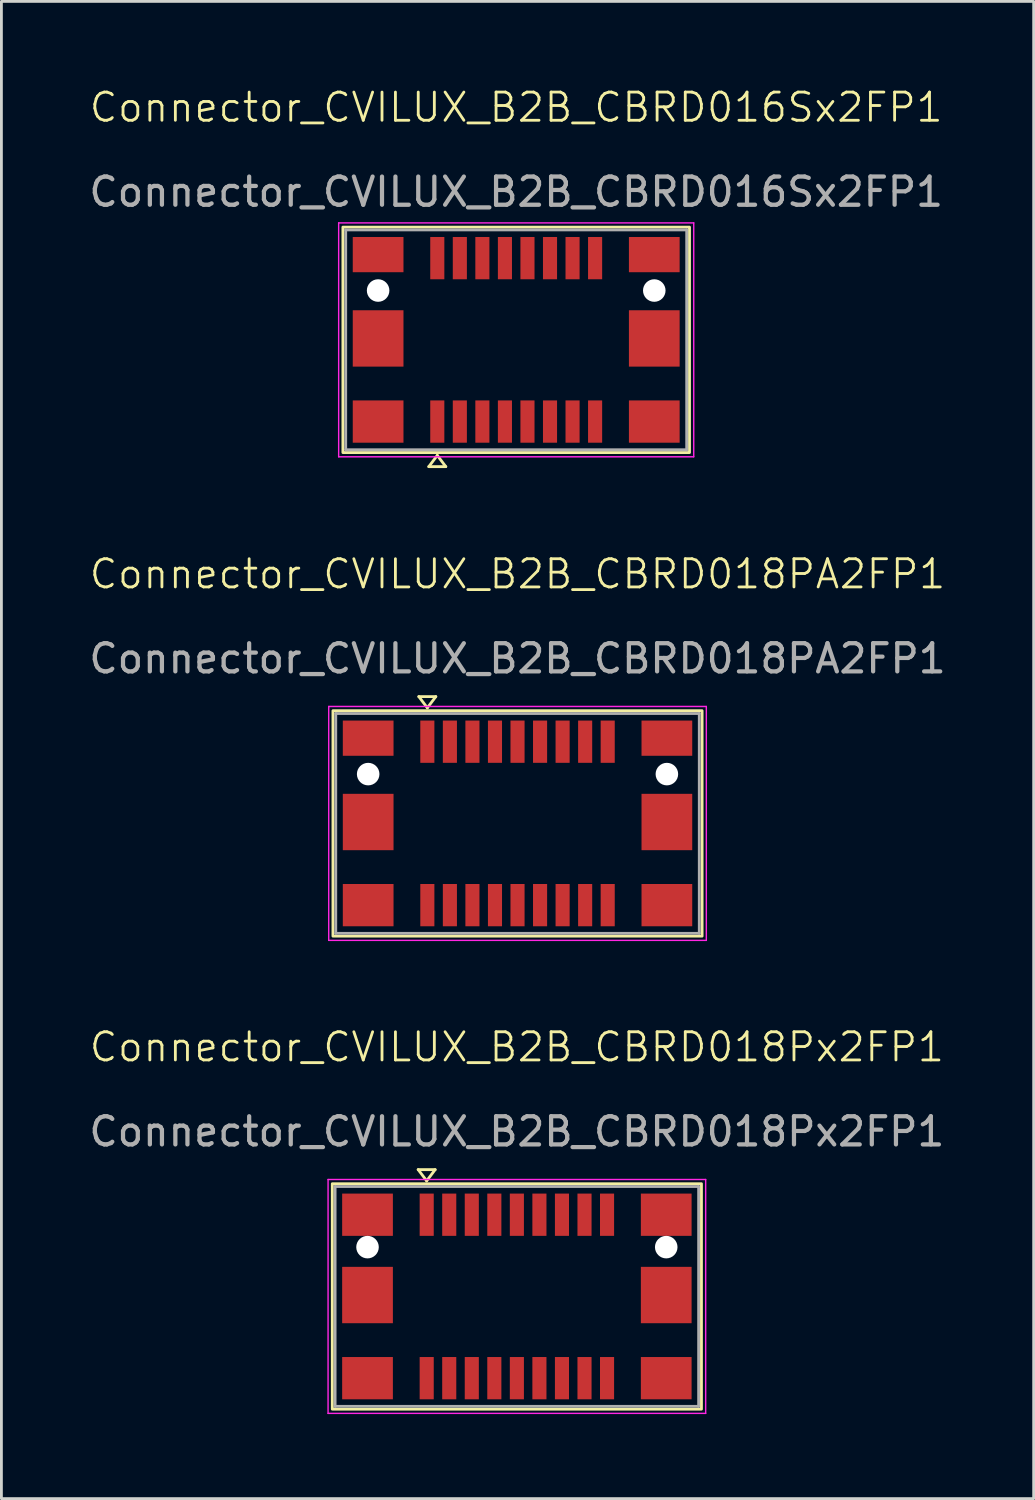
<source format=kicad_pcb>
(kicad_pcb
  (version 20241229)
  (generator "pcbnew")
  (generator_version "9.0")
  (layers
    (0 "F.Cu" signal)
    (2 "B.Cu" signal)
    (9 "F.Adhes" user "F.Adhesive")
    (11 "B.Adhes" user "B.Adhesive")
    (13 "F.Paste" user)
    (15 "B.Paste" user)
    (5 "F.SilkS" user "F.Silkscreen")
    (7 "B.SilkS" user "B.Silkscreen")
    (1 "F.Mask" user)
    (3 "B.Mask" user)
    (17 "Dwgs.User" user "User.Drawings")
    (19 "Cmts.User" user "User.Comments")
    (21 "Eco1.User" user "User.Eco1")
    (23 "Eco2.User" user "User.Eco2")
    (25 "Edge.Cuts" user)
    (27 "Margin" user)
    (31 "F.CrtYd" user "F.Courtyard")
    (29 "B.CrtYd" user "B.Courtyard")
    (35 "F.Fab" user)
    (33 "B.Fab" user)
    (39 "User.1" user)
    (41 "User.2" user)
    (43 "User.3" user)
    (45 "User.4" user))
  (footprint "Connector_CVILUX_B2B_CBRD018PA2FP1"
    (layer "F.Cu")
    (at 15.315 26.12)
    (property "Reference" "Connector_CVILUX_B2B_CBRD018PA2FP1" (at 0 -8.8 0) (unlocked yes) (layer "F.SilkS") (effects (font (size 1 1) (thickness 0.1))))
    (attr smd)
    (fp_line (start -3.502 -4.45) (end -2.9 -4.45) (stroke (width 0.1) (type default)) (layer "F.SilkS"))
    (fp_line (start -3.201 -4.051) (end -3.502 -4.45) (stroke (width 0.1) (type default)) (layer "F.SilkS"))
    (fp_line (start -3.201 -4.051) (end -2.9 -4.45) (stroke (width 0.1) (type default)) (layer "F.SilkS"))
    (fp_rect (start -6.55 -3.95) (end 6.55 4.05) (stroke (width 0.1) (type default)) (fill no) (layer "F.SilkS"))
    (fp_line (start -6.7 -4.1) (end -6.7 4.2) (stroke (width 0.05) (type solid)) (layer "F.CrtYd"))
    (fp_line (start -6.7 -4.1) (end 6.7 -4.1) (stroke (width 0.05) (type solid)) (layer "F.CrtYd"))
    (fp_line (start -6.7 4.2) (end 6.7 4.2) (stroke (width 0.05) (type solid)) (layer "F.CrtYd"))
    (fp_line (start 6.7 -4.1) (end 6.7 4.2) (stroke (width 0.05) (type solid)) (layer "F.CrtYd"))
    (fp_line (start -6.45 3.95) (end -6.45 -3.85) (stroke (width 0.1) (type solid)) (layer "F.Fab"))
    (fp_line (start 6.45 -3.85) (end -6.45 -3.85) (stroke (width 0.1) (type solid)) (layer "F.Fab"))
    (fp_line (start 6.45 3.95) (end -6.45 3.95) (stroke (width 0.1) (type solid)) (layer "F.Fab"))
    (fp_line (start 6.45 3.95) (end 6.45 -3.85) (stroke (width 0.1) (type solid)) (layer "F.Fab"))
    (fp_text user "${REFERENCE}" (at 0 -5.8 0) (unlocked yes) (layer "F.Fab") (effects (font (size 1 1) (thickness 0.15))))
    (pad "" np_thru_hole circle (at -5.3 -1.7) (size 0.8 0.8) (drill 0.8) (layers "*.Cu" "*.Mask"))
    (pad "" np_thru_hole circle (at 5.3 -1.7) (size 0.8 0.8) (drill 0.8) (layers "*.Cu" "*.Mask"))
    (pad "1" smd rect (at -3.2 -2.85) (size 0.5 1.5) (layers "F.Cu" "F.Mask" "F.Paste"))
    (pad "2" smd rect (at -2.4 -2.85) (size 0.5 1.5) (layers "F.Cu" "F.Mask" "F.Paste"))
    (pad "3" smd rect (at -1.6 -2.85) (size 0.5 1.5) (layers "F.Cu" "F.Mask" "F.Paste"))
    (pad "4" smd rect (at -0.8 -2.85) (size 0.5 1.5) (layers "F.Cu" "F.Mask" "F.Paste"))
    (pad "5" smd rect (at 0 -2.85) (size 0.5 1.5) (layers "F.Cu" "F.Mask" "F.Paste"))
    (pad "6" smd rect (at 0.8 -2.85) (size 0.5 1.5) (layers "F.Cu" "F.Mask" "F.Paste"))
    (pad "7" smd rect (at 1.6 -2.85) (size 0.5 1.5) (layers "F.Cu" "F.Mask" "F.Paste"))
    (pad "8" smd rect (at 2.4 -2.85) (size 0.5 1.5) (layers "F.Cu" "F.Mask" "F.Paste"))
    (pad "9" smd rect (at 3.2 -2.85) (size 0.5 1.5) (layers "F.Cu" "F.Mask" "F.Paste"))
    (pad "10" smd rect (at 3.2 2.95) (size 0.5 1.5) (layers "F.Cu" "F.Mask" "F.Paste"))
    (pad "11" smd rect (at 2.4 2.95) (size 0.5 1.5) (layers "F.Cu" "F.Mask" "F.Paste"))
    (pad "12" smd rect (at 1.6 2.95) (size 0.5 1.5) (layers "F.Cu" "F.Mask" "F.Paste"))
    (pad "13" smd rect (at 0.8 2.95) (size 0.5 1.5) (layers "F.Cu" "F.Mask" "F.Paste"))
    (pad "14" smd rect (at 0 2.95) (size 0.5 1.5) (layers "F.Cu" "F.Mask" "F.Paste"))
    (pad "15" smd rect (at -0.8 2.95) (size 0.5 1.5) (layers "F.Cu" "F.Mask" "F.Paste"))
    (pad "16" smd rect (at -1.6 2.95) (size 0.5 1.5) (layers "F.Cu" "F.Mask" "F.Paste"))
    (pad "17" smd rect (at -2.4 2.95) (size 0.5 1.5) (layers "F.Cu" "F.Mask" "F.Paste"))
    (pad "18" smd rect (at -3.2 2.95) (size 0.5 1.5) (layers "F.Cu" "F.Mask" "F.Paste"))
    (pad "MP" smd rect (at -5.3 -2.975) (size 1.8 1.25) (layers "F.Cu" "F.Mask" "F.Paste"))
    (pad "MP" smd rect (at -5.3 0 180) (size 1.8 2) (layers "F.Cu" "F.Mask" "F.Paste"))
    (pad "MP" smd rect (at -5.3 2.95 180) (size 1.8 1.5) (layers "F.Cu" "F.Mask" "F.Paste"))
    (pad "MP" smd rect (at 5.3 -2.975) (size 1.8 1.25) (layers "F.Cu" "F.Mask" "F.Paste"))
    (pad "MP" smd rect (at 5.3 0 180) (size 1.8 2) (layers "F.Cu" "F.Mask" "F.Paste"))
    (pad "MP" smd rect (at 5.3 2.95) (size 1.8 1.5) (layers "F.Cu" "F.Mask" "F.Paste")))
  (footprint "Connector_CVILUX_B2B_CBRD018Px2FP1"
    (layer "F.Cu")
    (at 15.292 42.906)
    (property "Reference" "Connector_CVILUX_B2B_CBRD018Px2FP1" (at 0 -8.8 0) (unlocked yes) (layer "F.SilkS") (effects (font (size 1 1) (thickness 0.1))))
    (attr smd)
    (fp_line (start -3.502 -4.45) (end -2.9 -4.45) (stroke (width 0.1) (type default)) (layer "F.SilkS"))
    (fp_line (start -3.201 -4.051) (end -3.502 -4.45) (stroke (width 0.1) (type default)) (layer "F.SilkS"))
    (fp_line (start -3.201 -4.051) (end -2.9 -4.45) (stroke (width 0.1) (type default)) (layer "F.SilkS"))
    (fp_rect (start -6.55 -3.95) (end 6.55 4.05) (stroke (width 0.1) (type default)) (fill no) (layer "F.SilkS"))
    (fp_line (start -6.7 -4.1) (end -6.7 4.2) (stroke (width 0.05) (type solid)) (layer "F.CrtYd"))
    (fp_line (start -6.7 -4.1) (end 6.7 -4.1) (stroke (width 0.05) (type solid)) (layer "F.CrtYd"))
    (fp_line (start -6.7 4.2) (end 6.7 4.2) (stroke (width 0.05) (type solid)) (layer "F.CrtYd"))
    (fp_line (start 6.7 -4.1) (end 6.7 4.2) (stroke (width 0.05) (type solid)) (layer "F.CrtYd"))
    (fp_line (start -6.45 3.95) (end -6.45 -3.85) (stroke (width 0.1) (type solid)) (layer "F.Fab"))
    (fp_line (start 6.45 -3.85) (end -6.45 -3.85) (stroke (width 0.1) (type solid)) (layer "F.Fab"))
    (fp_line (start 6.45 3.95) (end -6.45 3.95) (stroke (width 0.1) (type solid)) (layer "F.Fab"))
    (fp_line (start 6.45 3.95) (end 6.45 -3.85) (stroke (width 0.1) (type solid)) (layer "F.Fab"))
    (fp_text user "${REFERENCE}" (at 0 -5.8 0) (unlocked yes) (layer "F.Fab") (effects (font (size 1 1) (thickness 0.15))))
    (pad "" np_thru_hole circle (at -5.3 -1.7) (size 0.8 0.8) (drill 0.8) (layers "*.Cu" "*.Mask"))
    (pad "" np_thru_hole circle (at 5.3 -1.7) (size 0.8 0.8) (drill 0.8) (layers "*.Cu" "*.Mask"))
    (pad "1" smd rect (at -3.2 -2.85) (size 0.5 1.5) (layers "F.Cu" "F.Mask" "F.Paste"))
    (pad "2" smd rect (at -2.4 -2.85) (size 0.5 1.5) (layers "F.Cu" "F.Mask" "F.Paste"))
    (pad "3" smd rect (at -1.6 -2.85) (size 0.5 1.5) (layers "F.Cu" "F.Mask" "F.Paste"))
    (pad "4" smd rect (at -0.8 -2.85) (size 0.5 1.5) (layers "F.Cu" "F.Mask" "F.Paste"))
    (pad "5" smd rect (at 0 -2.85) (size 0.5 1.5) (layers "F.Cu" "F.Mask" "F.Paste"))
    (pad "6" smd rect (at 0.8 -2.85) (size 0.5 1.5) (layers "F.Cu" "F.Mask" "F.Paste"))
    (pad "7" smd rect (at 1.6 -2.85) (size 0.5 1.5) (layers "F.Cu" "F.Mask" "F.Paste"))
    (pad "8" smd rect (at 2.4 -2.85) (size 0.5 1.5) (layers "F.Cu" "F.Mask" "F.Paste"))
    (pad "9" smd rect (at 3.2 -2.85) (size 0.5 1.5) (layers "F.Cu" "F.Mask" "F.Paste"))
    (pad "10" smd rect (at 3.2 2.95) (size 0.5 1.5) (layers "F.Cu" "F.Mask" "F.Paste"))
    (pad "11" smd rect (at 2.4 2.95) (size 0.5 1.5) (layers "F.Cu" "F.Mask" "F.Paste"))
    (pad "12" smd rect (at 1.6 2.95) (size 0.5 1.5) (layers "F.Cu" "F.Mask" "F.Paste"))
    (pad "13" smd rect (at 0.8 2.95) (size 0.5 1.5) (layers "F.Cu" "F.Mask" "F.Paste"))
    (pad "14" smd rect (at 0 2.95) (size 0.5 1.5) (layers "F.Cu" "F.Mask" "F.Paste"))
    (pad "15" smd rect (at -0.8 2.95) (size 0.5 1.5) (layers "F.Cu" "F.Mask" "F.Paste"))
    (pad "16" smd rect (at -1.6 2.95) (size 0.5 1.5) (layers "F.Cu" "F.Mask" "F.Paste"))
    (pad "17" smd rect (at -2.4 2.95) (size 0.5 1.5) (layers "F.Cu" "F.Mask" "F.Paste"))
    (pad "18" smd rect (at -3.2 2.95) (size 0.5 1.5) (layers "F.Cu" "F.Mask" "F.Paste"))
    (pad "MP" smd rect (at -5.3 -2.85) (size 1.8 1.5) (layers "F.Cu" "F.Mask" "F.Paste"))
    (pad "MP" smd rect (at -5.3 0 180) (size 1.8 2) (layers "F.Cu" "F.Mask" "F.Paste"))
    (pad "MP" smd rect (at -5.3 2.95 180) (size 1.8 1.5) (layers "F.Cu" "F.Mask" "F.Paste"))
    (pad "MP" smd rect (at 5.3 -2.85) (size 1.8 1.5) (layers "F.Cu" "F.Mask" "F.Paste"))
    (pad "MP" smd rect (at 5.3 0 180) (size 1.8 2) (layers "F.Cu" "F.Mask" "F.Paste"))
    (pad "MP" smd rect (at 5.3 2.95) (size 1.8 1.5) (layers "F.Cu" "F.Mask" "F.Paste")))
  (footprint "Connector_CVILUX_B2B_CBRD016Sx2FP1"
    (layer "F.Cu")
    (at 15.268 8.96)
    (property "Reference" "Connector_CVILUX_B2B_CBRD016Sx2FP1" (at 0 -8.2 0) (unlocked yes) (layer "F.SilkS") (effects (font (size 1 1) (thickness 0.1))))
    (attr smd)
    (fp_line (start -2.8 4.15) (end -3.101 4.549) (stroke (width 0.1) (type default)) (layer "F.SilkS"))
    (fp_line (start -2.8 4.15) (end -2.499 4.549) (stroke (width 0.1) (type default)) (layer "F.SilkS"))
    (fp_line (start -2.499 4.549) (end -3.101 4.549) (stroke (width 0.1) (type default)) (layer "F.SilkS"))
    (fp_rect (start -6.15 -3.95) (end 6.15 4.05) (stroke (width 0.1) (type default)) (fill no) (layer "F.SilkS"))
    (fp_line (start -6.3 -4.1) (end -6.3 4.2) (stroke (width 0.05) (type solid)) (layer "F.CrtYd"))
    (fp_line (start -6.3 -4.1) (end 6.3 -4.1) (stroke (width 0.05) (type solid)) (layer "F.CrtYd"))
    (fp_line (start -6.3 4.2) (end 6.3 4.2) (stroke (width 0.05) (type solid)) (layer "F.CrtYd"))
    (fp_line (start 6.3 -4.1) (end 6.3 4.2) (stroke (width 0.05) (type solid)) (layer "F.CrtYd"))
    (fp_line (start -6.05 3.95) (end -6.05 -3.85) (stroke (width 0.1) (type solid)) (layer "F.Fab"))
    (fp_line (start 6.05 -3.85) (end -6.05 -3.85) (stroke (width 0.1) (type solid)) (layer "F.Fab"))
    (fp_line (start 6.05 3.95) (end -6.05 3.95) (stroke (width 0.1) (type solid)) (layer "F.Fab"))
    (fp_line (start 6.05 3.95) (end 6.05 -3.85) (stroke (width 0.1) (type solid)) (layer "F.Fab"))
    (fp_text user "${REFERENCE}" (at 0 -5.2 0) (unlocked yes) (layer "F.Fab") (effects (font (size 1 1) (thickness 0.15))))
    (pad "" np_thru_hole circle (at -4.9 -1.7) (size 0.8 0.8) (drill 0.8) (layers "*.Cu" "*.Mask"))
    (pad "" np_thru_hole circle (at 4.9 -1.7) (size 0.8 0.8) (drill 0.8) (layers "*.Cu" "*.Mask"))
    (pad "1" smd rect (at -2.8 2.95) (size 0.5 1.5) (layers "F.Cu" "F.Mask" "F.Paste"))
    (pad "2" smd rect (at -2 2.95) (size 0.5 1.5) (layers "F.Cu" "F.Mask" "F.Paste"))
    (pad "3" smd rect (at -1.2 2.95) (size 0.5 1.5) (layers "F.Cu" "F.Mask" "F.Paste"))
    (pad "4" smd rect (at -0.4 2.95) (size 0.5 1.5) (layers "F.Cu" "F.Mask" "F.Paste"))
    (pad "5" smd rect (at 0.4 2.95) (size 0.5 1.5) (layers "F.Cu" "F.Mask" "F.Paste"))
    (pad "6" smd rect (at 1.2 2.95) (size 0.5 1.5) (layers "F.Cu" "F.Mask" "F.Paste"))
    (pad "7" smd rect (at 2 2.95) (size 0.5 1.5) (layers "F.Cu" "F.Mask" "F.Paste"))
    (pad "8" smd rect (at 2.8 2.95) (size 0.5 1.5) (layers "F.Cu" "F.Mask" "F.Paste"))
    (pad "9" smd rect (at 2.8 -2.85) (size 0.5 1.5) (layers "F.Cu" "F.Mask" "F.Paste"))
    (pad "10" smd rect (at 2 -2.85) (size 0.5 1.5) (layers "F.Cu" "F.Mask" "F.Paste"))
    (pad "11" smd rect (at 1.2 -2.85) (size 0.5 1.5) (layers "F.Cu" "F.Mask" "F.Paste"))
    (pad "12" smd rect (at 0.4 -2.85) (size 0.5 1.5) (layers "F.Cu" "F.Mask" "F.Paste"))
    (pad "13" smd rect (at -0.4 -2.85) (size 0.5 1.5) (layers "F.Cu" "F.Mask" "F.Paste"))
    (pad "14" smd rect (at -1.2 -2.85) (size 0.5 1.5) (layers "F.Cu" "F.Mask" "F.Paste"))
    (pad "15" smd rect (at -2 -2.85) (size 0.5 1.5) (layers "F.Cu" "F.Mask" "F.Paste"))
    (pad "16" smd rect (at -2.8 -2.85) (size 0.5 1.5) (layers "F.Cu" "F.Mask" "F.Paste"))
    (pad "MP" smd rect (at -4.9 -2.975) (size 1.8 1.25) (layers "F.Cu" "F.Mask" "F.Paste"))
    (pad "MP" smd rect (at -4.9 0 180) (size 1.8 2) (layers "F.Cu" "F.Mask" "F.Paste"))
    (pad "MP" smd rect (at -4.9 2.95 180) (size 1.8 1.5) (layers "F.Cu" "F.Mask" "F.Paste"))
    (pad "MP" smd rect (at 4.9 -2.975) (size 1.8 1.25) (layers "F.Cu" "F.Mask" "F.Paste"))
    (pad "MP" smd rect (at 4.9 0 180) (size 1.8 2) (layers "F.Cu" "F.Mask" "F.Paste"))
    (pad "MP" smd rect (at 4.9 2.95) (size 1.8 1.5) (layers "F.Cu" "F.Mask" "F.Paste")))
  (gr_rect
    (start -3 -3)
    (end 33.631 50.131)
    (stroke (width 0.1) (type default))
    (fill no)
    (layer "Edge.Cuts")))
</source>
